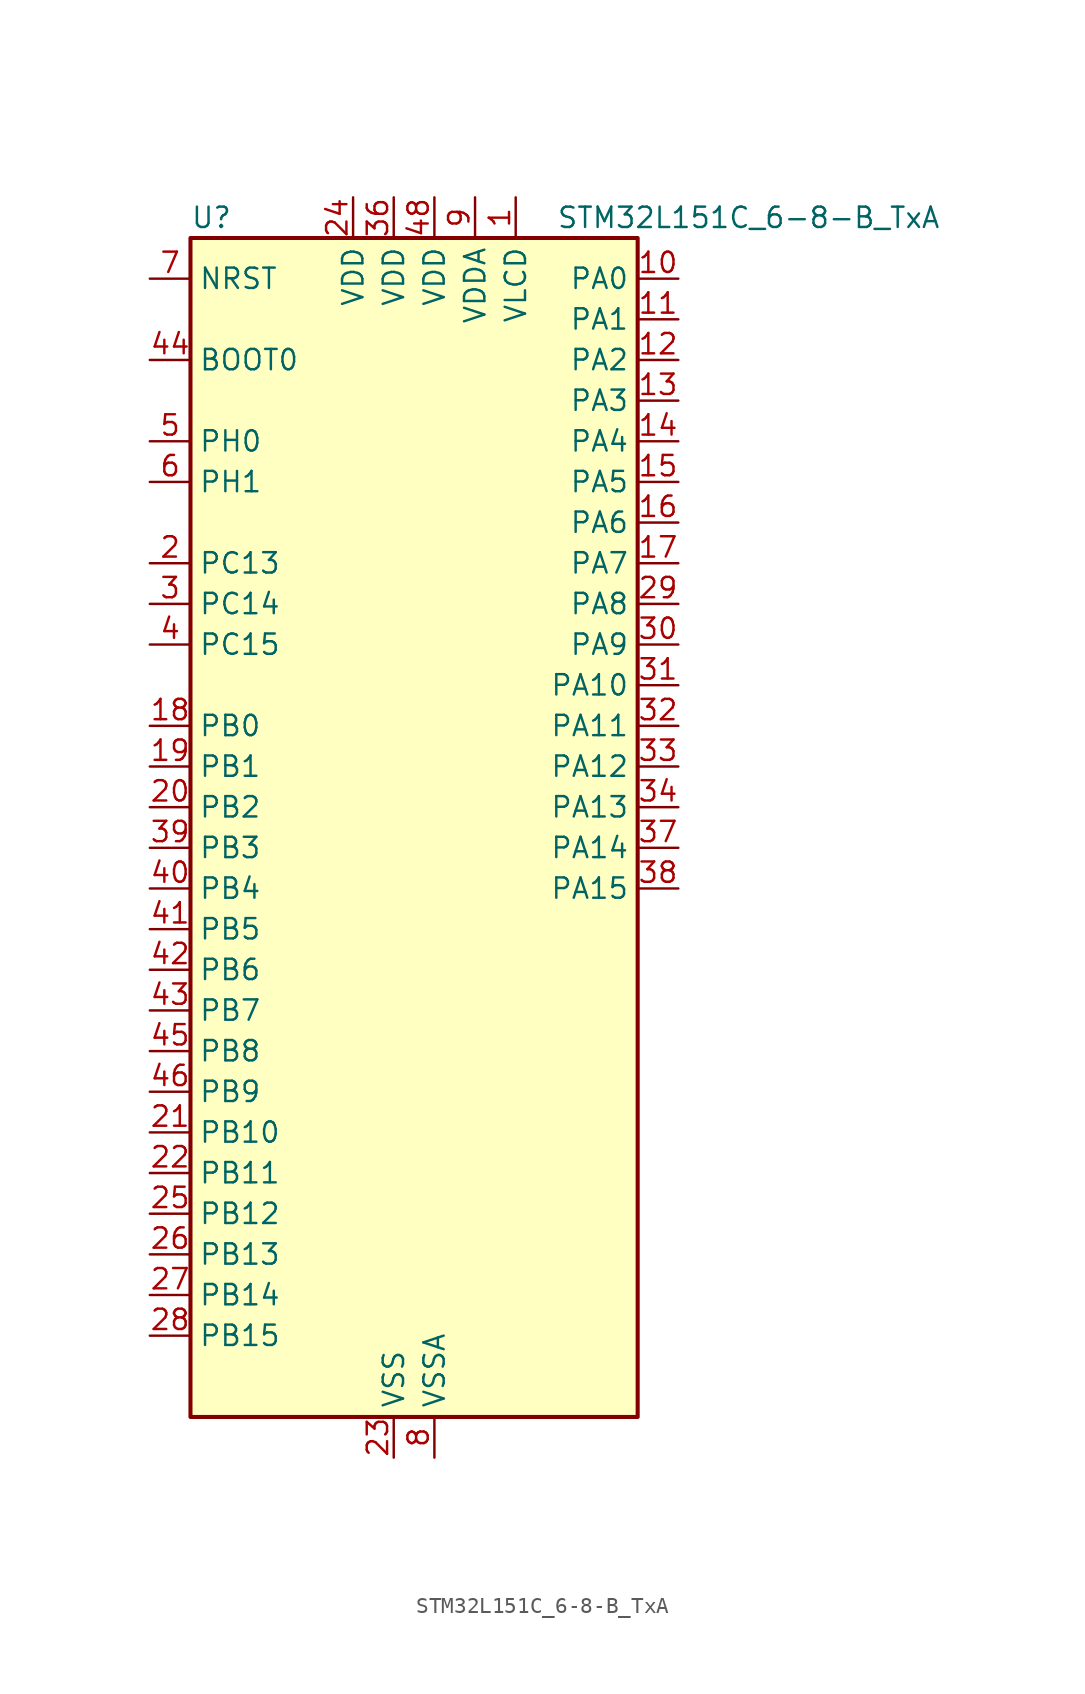
<source format=kicad_sym>
(kicad_symbol_lib
  (version 20231120)
  (generator "kicad_symbol_editor")
  (generator_version "8.0")
  (symbol "STM32L151C_6-8-B_TxA"
    (property "Reference" "U"
      (at -12.7 39.37 0)
      (effects (font (size 1.27 1.27)) (justify left)))
    (property "Value" "STM32L151C_6-8-B_TxA"
      (at 10.16 39.37 0)
      (effects (font (size 1.27 1.27)) (justify left)))
    (property "ki_locked" ""
      (at 0 0 0)
      (effects (font (size 1.27 1.27))))
    (symbol "STM32L151C_6-8-B_TxA_0_1"
      (rectangle (start -12.7 -35.56) (end 15.24 38.1) (stroke (width 0.254) (type default)) (fill (type background))))
    (symbol "STM32L151C_6-8-B_TxA_1_1"
      (pin power_in line (at 7.62 40.64 270) (length 2.54) (name "VLCD" (effects (font (size 1.27 1.27)))) (number "1" (effects (font (size 1.27 1.27)))))
      (pin bidirectional line (at 17.78 35.56 180) (length 2.54) (name "PA0" (effects (font (size 1.27 1.27)))) (number "10" (effects (font (size 1.27 1.27)))) (alternate "ADC_IN0" bidirectional line) (alternate "COMP1_INP" bidirectional line) (alternate "RTC_TAMP2" bidirectional line) (alternate "SYS_WKUP1" bidirectional line) (alternate "TIM2_CH1" bidirectional line) (alternate "TIM2_ETR" bidirectional line) (alternate "TIMX_IC1" bidirectional line) (alternate "TS_G1_IO1" bidirectional line) (alternate "USART2_CTS" bidirectional line))
      (pin bidirectional line (at 17.78 33.02 180) (length 2.54) (name "PA1" (effects (font (size 1.27 1.27)))) (number "11" (effects (font (size 1.27 1.27)))) (alternate "ADC_IN1" bidirectional line) (alternate "COMP1_INP" bidirectional line) (alternate "TIM2_CH2" bidirectional line) (alternate "TIMX_IC2" bidirectional line) (alternate "TS_G1_IO2" bidirectional line) (alternate "USART2_RTS" bidirectional line))
      (pin bidirectional line (at 17.78 30.48 180) (length 2.54) (name "PA2" (effects (font (size 1.27 1.27)))) (number "12" (effects (font (size 1.27 1.27)))) (alternate "ADC_IN2" bidirectional line) (alternate "COMP1_INP" bidirectional line) (alternate "TIM2_CH3" bidirectional line) (alternate "TIM9_CH1" bidirectional line) (alternate "TIMX_IC3" bidirectional line) (alternate "TS_G1_IO3" bidirectional line) (alternate "USART2_TX" bidirectional line))
      (pin bidirectional line (at 17.78 27.94 180) (length 2.54) (name "PA3" (effects (font (size 1.27 1.27)))) (number "13" (effects (font (size 1.27 1.27)))) (alternate "ADC_IN3" bidirectional line) (alternate "COMP1_INP" bidirectional line) (alternate "TIM2_CH4" bidirectional line) (alternate "TIM9_CH2" bidirectional line) (alternate "TIMX_IC4" bidirectional line) (alternate "TS_G1_IO4" bidirectional line) (alternate "USART2_RX" bidirectional line))
      (pin bidirectional line (at 17.78 25.4 180) (length 2.54) (name "PA4" (effects (font (size 1.27 1.27)))) (number "14" (effects (font (size 1.27 1.27)))) (alternate "ADC_IN4" bidirectional line) (alternate "COMP1_INP" bidirectional line) (alternate "DAC_OUT1" bidirectional line) (alternate "SPI1_NSS" bidirectional line) (alternate "TIMX_IC1" bidirectional line) (alternate "USART2_CK" bidirectional line))
      (pin bidirectional line (at 17.78 22.86 180) (length 2.54) (name "PA5" (effects (font (size 1.27 1.27)))) (number "15" (effects (font (size 1.27 1.27)))) (alternate "ADC_IN5" bidirectional line) (alternate "COMP1_INP" bidirectional line) (alternate "DAC_OUT2" bidirectional line) (alternate "SPI1_SCK" bidirectional line) (alternate "TIM2_CH1" bidirectional line) (alternate "TIM2_ETR" bidirectional line) (alternate "TIMX_IC2" bidirectional line))
      (pin bidirectional line (at 17.78 20.32 180) (length 2.54) (name "PA6" (effects (font (size 1.27 1.27)))) (number "16" (effects (font (size 1.27 1.27)))) (alternate "ADC_IN6" bidirectional line) (alternate "COMP1_INP" bidirectional line) (alternate "SPI1_MISO" bidirectional line) (alternate "TIM10_CH1" bidirectional line) (alternate "TIM3_CH1" bidirectional line) (alternate "TIMX_IC3" bidirectional line) (alternate "TS_G2_IO1" bidirectional line))
      (pin bidirectional line (at 17.78 17.78 180) (length 2.54) (name "PA7" (effects (font (size 1.27 1.27)))) (number "17" (effects (font (size 1.27 1.27)))) (alternate "ADC_IN7" bidirectional line) (alternate "COMP1_INP" bidirectional line) (alternate "SPI1_MOSI" bidirectional line) (alternate "TIM11_CH1" bidirectional line) (alternate "TIM3_CH2" bidirectional line) (alternate "TIMX_IC4" bidirectional line) (alternate "TS_G2_IO2" bidirectional line))
      (pin bidirectional line (at -15.24 7.62 0) (length 2.54) (name "PB0" (effects (font (size 1.27 1.27)))) (number "18" (effects (font (size 1.27 1.27)))) (alternate "ADC_IN8" bidirectional line) (alternate "COMP1_INP" bidirectional line) (alternate "SYS_V_REF_OUT" bidirectional line) (alternate "TIM3_CH3" bidirectional line) (alternate "TS_G3_IO1" bidirectional line))
      (pin bidirectional line (at -15.24 5.08 0) (length 2.54) (name "PB1" (effects (font (size 1.27 1.27)))) (number "19" (effects (font (size 1.27 1.27)))) (alternate "ADC_IN9" bidirectional line) (alternate "COMP1_INP" bidirectional line) (alternate "SYS_V_REF_OUT" bidirectional line) (alternate "TIM3_CH4" bidirectional line) (alternate "TS_G3_IO2" bidirectional line))
      (pin bidirectional line (at -15.24 17.78 0) (length 2.54) (name "PC13" (effects (font (size 1.27 1.27)))) (number "2" (effects (font (size 1.27 1.27)))) (alternate "RTC_OUT_ALARM" bidirectional line) (alternate "RTC_OUT_CALIB" bidirectional line) (alternate "RTC_TAMP1" bidirectional line) (alternate "RTC_TS" bidirectional line) (alternate "SYS_WKUP2" bidirectional line) (alternate "TIMX_IC2" bidirectional line))
      (pin bidirectional line (at -15.24 2.54 0) (length 2.54) (name "PB2" (effects (font (size 1.27 1.27)))) (number "20" (effects (font (size 1.27 1.27)))) (alternate "TS_G3_IO3" bidirectional line))
      (pin bidirectional line (at -15.24 -17.78 0) (length 2.54) (name "PB10" (effects (font (size 1.27 1.27)))) (number "21" (effects (font (size 1.27 1.27)))) (alternate "I2C2_SCL" bidirectional line) (alternate "TIM2_CH3" bidirectional line) (alternate "USART3_TX" bidirectional line))
      (pin bidirectional line (at -15.24 -20.32 0) (length 2.54) (name "PB11" (effects (font (size 1.27 1.27)))) (number "22" (effects (font (size 1.27 1.27)))) (alternate "ADC_EXTI11" bidirectional line) (alternate "I2C2_SDA" bidirectional line) (alternate "TIM2_CH4" bidirectional line) (alternate "USART3_RX" bidirectional line))
      (pin power_in line (at 0 -38.1 90) (length 2.54) (name "VSS" (effects (font (size 1.27 1.27)))) (number "23" (effects (font (size 1.27 1.27)))))
      (pin power_in line (at -2.54 40.64 270) (length 2.54) (name "VDD" (effects (font (size 1.27 1.27)))) (number "24" (effects (font (size 1.27 1.27)))))
      (pin bidirectional line (at -15.24 -22.86 0) (length 2.54) (name "PB12" (effects (font (size 1.27 1.27)))) (number "25" (effects (font (size 1.27 1.27)))) (alternate "ADC_IN18" bidirectional line) (alternate "COMP1_INP" bidirectional line) (alternate "I2C2_SMBA" bidirectional line) (alternate "SPI2_NSS" bidirectional line) (alternate "TIM10_CH1" bidirectional line) (alternate "TS_G7_IO1" bidirectional line) (alternate "USART3_CK" bidirectional line))
      (pin bidirectional line (at -15.24 -25.4 0) (length 2.54) (name "PB13" (effects (font (size 1.27 1.27)))) (number "26" (effects (font (size 1.27 1.27)))) (alternate "ADC_IN19" bidirectional line) (alternate "COMP1_INP" bidirectional line) (alternate "SPI2_SCK" bidirectional line) (alternate "TIM9_CH1" bidirectional line) (alternate "TS_G7_IO2" bidirectional line) (alternate "USART3_CTS" bidirectional line))
      (pin bidirectional line (at -15.24 -27.94 0) (length 2.54) (name "PB14" (effects (font (size 1.27 1.27)))) (number "27" (effects (font (size 1.27 1.27)))) (alternate "ADC_IN20" bidirectional line) (alternate "COMP1_INP" bidirectional line) (alternate "SPI2_MISO" bidirectional line) (alternate "TIM9_CH2" bidirectional line) (alternate "TS_G7_IO3" bidirectional line) (alternate "USART3_RTS" bidirectional line))
      (pin bidirectional line (at -15.24 -30.48 0) (length 2.54) (name "PB15" (effects (font (size 1.27 1.27)))) (number "28" (effects (font (size 1.27 1.27)))) (alternate "ADC_EXTI15" bidirectional line) (alternate "ADC_IN21" bidirectional line) (alternate "COMP1_INP" bidirectional line) (alternate "RTC_REFIN" bidirectional line) (alternate "SPI2_MOSI" bidirectional line) (alternate "TIM11_CH1" bidirectional line) (alternate "TS_G7_IO4" bidirectional line))
      (pin bidirectional line (at 17.78 15.24 180) (length 2.54) (name "PA8" (effects (font (size 1.27 1.27)))) (number "29" (effects (font (size 1.27 1.27)))) (alternate "RCC_MCO" bidirectional line) (alternate "TIMX_IC1" bidirectional line) (alternate "TS_G4_IO1" bidirectional line) (alternate "USART1_CK" bidirectional line))
      (pin bidirectional line (at -15.24 15.24 0) (length 2.54) (name "PC14" (effects (font (size 1.27 1.27)))) (number "3" (effects (font (size 1.27 1.27)))) (alternate "RCC_OSC32_IN" bidirectional line) (alternate "TIMX_IC3" bidirectional line))
      (pin bidirectional line (at 17.78 12.7 180) (length 2.54) (name "PA9" (effects (font (size 1.27 1.27)))) (number "30" (effects (font (size 1.27 1.27)))) (alternate "DAC_EXTI9" bidirectional line) (alternate "TIMX_IC2" bidirectional line) (alternate "TS_G4_IO2" bidirectional line) (alternate "USART1_TX" bidirectional line))
      (pin bidirectional line (at 17.78 10.16 180) (length 2.54) (name "PA10" (effects (font (size 1.27 1.27)))) (number "31" (effects (font (size 1.27 1.27)))) (alternate "TIMX_IC3" bidirectional line) (alternate "TS_G4_IO3" bidirectional line) (alternate "USART1_RX" bidirectional line))
      (pin bidirectional line (at 17.78 7.62 180) (length 2.54) (name "PA11" (effects (font (size 1.27 1.27)))) (number "32" (effects (font (size 1.27 1.27)))) (alternate "ADC_EXTI11" bidirectional line) (alternate "SPI1_MISO" bidirectional line) (alternate "TIMX_IC4" bidirectional line) (alternate "USART1_CTS" bidirectional line) (alternate "USB_DM" bidirectional line))
      (pin bidirectional line (at 17.78 5.08 180) (length 2.54) (name "PA12" (effects (font (size 1.27 1.27)))) (number "33" (effects (font (size 1.27 1.27)))) (alternate "SPI1_MOSI" bidirectional line) (alternate "TIMX_IC1" bidirectional line) (alternate "USART1_RTS" bidirectional line) (alternate "USB_DP" bidirectional line))
      (pin bidirectional line (at 17.78 2.54 180) (length 2.54) (name "PA13" (effects (font (size 1.27 1.27)))) (number "34" (effects (font (size 1.27 1.27)))) (alternate "SYS_JTMS-SWDIO" bidirectional line) (alternate "TIMX_IC2" bidirectional line) (alternate "TS_G5_IO1" bidirectional line))
      (pin passive line (at 0 -38.1 90) (length 2.54) hide (name "VSS" (effects (font (size 1.27 1.27)))) (number "35" (effects (font (size 1.27 1.27)))))
      (pin power_in line (at 0 40.64 270) (length 2.54) (name "VDD" (effects (font (size 1.27 1.27)))) (number "36" (effects (font (size 1.27 1.27)))))
      (pin bidirectional line (at 17.78 0 180) (length 2.54) (name "PA14" (effects (font (size 1.27 1.27)))) (number "37" (effects (font (size 1.27 1.27)))) (alternate "SYS_JTCK-SWCLK" bidirectional line) (alternate "TIMX_IC3" bidirectional line) (alternate "TS_G5_IO2" bidirectional line))
      (pin bidirectional line (at 17.78 -2.54 180) (length 2.54) (name "PA15" (effects (font (size 1.27 1.27)))) (number "38" (effects (font (size 1.27 1.27)))) (alternate "ADC_EXTI15" bidirectional line) (alternate "SPI1_NSS" bidirectional line) (alternate "SYS_JTDI" bidirectional line) (alternate "TIM2_CH1" bidirectional line) (alternate "TIM2_ETR" bidirectional line) (alternate "TIMX_IC4" bidirectional line) (alternate "TS_G5_IO3" bidirectional line))
      (pin bidirectional line (at -15.24 0 0) (length 2.54) (name "PB3" (effects (font (size 1.27 1.27)))) (number "39" (effects (font (size 1.27 1.27)))) (alternate "COMP2_INM" bidirectional line) (alternate "SPI1_SCK" bidirectional line) (alternate "SYS_JTDO-TRACESWO" bidirectional line) (alternate "TIM2_CH2" bidirectional line))
      (pin bidirectional line (at -15.24 12.7 0) (length 2.54) (name "PC15" (effects (font (size 1.27 1.27)))) (number "4" (effects (font (size 1.27 1.27)))) (alternate "ADC_EXTI15" bidirectional line) (alternate "RCC_OSC32_OUT" bidirectional line) (alternate "TIMX_IC4" bidirectional line))
      (pin bidirectional line (at -15.24 -2.54 0) (length 2.54) (name "PB4" (effects (font (size 1.27 1.27)))) (number "40" (effects (font (size 1.27 1.27)))) (alternate "COMP2_INP" bidirectional line) (alternate "SPI1_MISO" bidirectional line) (alternate "SYS_JTRST" bidirectional line) (alternate "TIM3_CH1" bidirectional line) (alternate "TS_G6_IO1" bidirectional line))
      (pin bidirectional line (at -15.24 -5.08 0) (length 2.54) (name "PB5" (effects (font (size 1.27 1.27)))) (number "41" (effects (font (size 1.27 1.27)))) (alternate "COMP2_INP" bidirectional line) (alternate "I2C1_SMBA" bidirectional line) (alternate "SPI1_MOSI" bidirectional line) (alternate "TIM3_CH2" bidirectional line) (alternate "TS_G6_IO2" bidirectional line))
      (pin bidirectional line (at -15.24 -7.62 0) (length 2.54) (name "PB6" (effects (font (size 1.27 1.27)))) (number "42" (effects (font (size 1.27 1.27)))) (alternate "I2C1_SCL" bidirectional line) (alternate "TIM4_CH1" bidirectional line) (alternate "TS_G6_IO3" bidirectional line) (alternate "USART1_TX" bidirectional line))
      (pin bidirectional line (at -15.24 -10.16 0) (length 2.54) (name "PB7" (effects (font (size 1.27 1.27)))) (number "43" (effects (font (size 1.27 1.27)))) (alternate "I2C1_SDA" bidirectional line) (alternate "SYS_PVD_IN" bidirectional line) (alternate "TIM4_CH2" bidirectional line) (alternate "TS_G6_IO4" bidirectional line) (alternate "USART1_RX" bidirectional line))
      (pin input line (at -15.24 30.48 0) (length 2.54) (name "BOOT0" (effects (font (size 1.27 1.27)))) (number "44" (effects (font (size 1.27 1.27)))))
      (pin bidirectional line (at -15.24 -12.7 0) (length 2.54) (name "PB8" (effects (font (size 1.27 1.27)))) (number "45" (effects (font (size 1.27 1.27)))) (alternate "I2C1_SCL" bidirectional line) (alternate "TIM10_CH1" bidirectional line) (alternate "TIM4_CH3" bidirectional line))
      (pin bidirectional line (at -15.24 -15.24 0) (length 2.54) (name "PB9" (effects (font (size 1.27 1.27)))) (number "46" (effects (font (size 1.27 1.27)))) (alternate "DAC_EXTI9" bidirectional line) (alternate "I2C1_SDA" bidirectional line) (alternate "TIM11_CH1" bidirectional line) (alternate "TIM4_CH4" bidirectional line))
      (pin passive line (at 0 -38.1 90) (length 2.54) hide (name "VSS" (effects (font (size 1.27 1.27)))) (number "47" (effects (font (size 1.27 1.27)))))
      (pin power_in line (at 2.54 40.64 270) (length 2.54) (name "VDD" (effects (font (size 1.27 1.27)))) (number "48" (effects (font (size 1.27 1.27)))))
      (pin bidirectional line (at -15.24 25.4 0) (length 2.54) (name "PH0" (effects (font (size 1.27 1.27)))) (number "5" (effects (font (size 1.27 1.27)))) (alternate "RCC_OSC_IN" bidirectional line))
      (pin bidirectional line (at -15.24 22.86 0) (length 2.54) (name "PH1" (effects (font (size 1.27 1.27)))) (number "6" (effects (font (size 1.27 1.27)))) (alternate "RCC_OSC_OUT" bidirectional line))
      (pin input line (at -15.24 35.56 0) (length 2.54) (name "NRST" (effects (font (size 1.27 1.27)))) (number "7" (effects (font (size 1.27 1.27)))))
      (pin power_in line (at 2.54 -38.1 90) (length 2.54) (name "VSSA" (effects (font (size 1.27 1.27)))) (number "8" (effects (font (size 1.27 1.27)))))
      (pin power_in line (at 5.08 40.64 270) (length 2.54) (name "VDDA" (effects (font (size 1.27 1.27)))) (number "9" (effects (font (size 1.27 1.27))))))))
</source>
